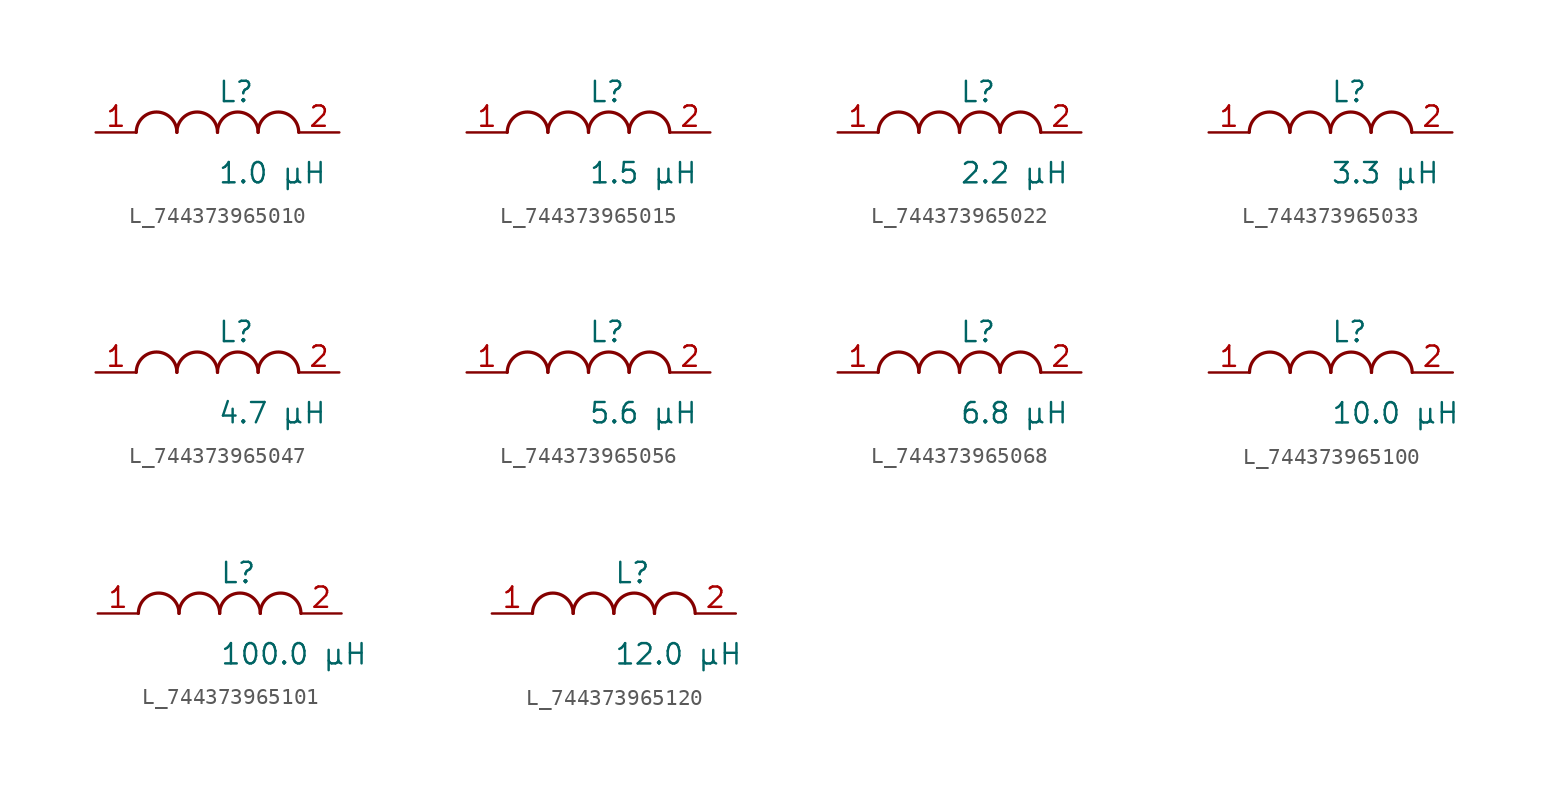
<source format=kicad_sym>
(kicad_symbol_lib
  (version 20231120)
  (generator kicad_symbol_editor)
  (generator_version 8.0)
  (symbol "L_744373965010"
    (pin_names
      (offset 0.254))
    (property "Reference" "L"
      (at 0 2.54 0)
      (effects (font (size 1.27 1.27)) (justify left)))
    (property "Value" "1.0 µH"
      (at 0 -2.54 0)
      (effects (font (size 1.27 1.27)) (justify left)))
    (symbol "L_744373965010_1_1"
      (arc (start -2.54 0.0056) (mid -3.81 1.27) (end -5.08 0.0056) (stroke (width 0.2032) (type default)) (fill (type none)))
      (arc (start 0 0.0056) (mid -1.27 1.27) (end -2.54 0.0056) (stroke (width 0.2032) (type default)) (fill (type none)))
      (arc (start 2.54 0.0056) (mid 1.27 1.27) (end 0 0.0056) (stroke (width 0.2032) (type default)) (fill (type none)))
      (arc (start 5.08 0.0056) (mid 3.81 1.27) (end 2.54 0.0056) (stroke (width 0.2032) (type default)) (fill (type none)))
      (pin unspecified line (at -7.62 0 0) (length 2.54) (name "" (effects (font (size 1.27 1.27)))) (number "1" (effects (font (size 1.27 1.27)))))
      (pin unspecified line (at 7.62 0 180) (length 2.54) (name "" (effects (font (size 1.27 1.27)))) (number "2" (effects (font (size 1.27 1.27)))))))
  (symbol "L_744373965015"
    (pin_names
      (offset 0.254))
    (property "Reference" "L"
      (at 0 2.54 0)
      (effects (font (size 1.27 1.27)) (justify left)))
    (property "Value" "1.5 µH"
      (at 0 -2.54 0)
      (effects (font (size 1.27 1.27)) (justify left)))
    (symbol "L_744373965015_1_1"
      (arc (start -2.54 0.0056) (mid -3.81 1.27) (end -5.08 0.0056) (stroke (width 0.2032) (type default)) (fill (type none)))
      (arc (start 0 0.0056) (mid -1.27 1.27) (end -2.54 0.0056) (stroke (width 0.2032) (type default)) (fill (type none)))
      (arc (start 2.54 0.0056) (mid 1.27 1.27) (end 0 0.0056) (stroke (width 0.2032) (type default)) (fill (type none)))
      (arc (start 5.08 0.0056) (mid 3.81 1.27) (end 2.54 0.0056) (stroke (width 0.2032) (type default)) (fill (type none)))
      (pin unspecified line (at -7.62 0 0) (length 2.54) (name "" (effects (font (size 1.27 1.27)))) (number "1" (effects (font (size 1.27 1.27)))))
      (pin unspecified line (at 7.62 0 180) (length 2.54) (name "" (effects (font (size 1.27 1.27)))) (number "2" (effects (font (size 1.27 1.27)))))))
  (symbol "L_744373965022"
    (pin_names
      (offset 0.254))
    (property "Reference" "L"
      (at 0 2.54 0)
      (effects (font (size 1.27 1.27)) (justify left)))
    (property "Value" "2.2 µH"
      (at 0 -2.54 0)
      (effects (font (size 1.27 1.27)) (justify left)))
    (symbol "L_744373965022_1_1"
      (arc (start -2.54 0.0056) (mid -3.81 1.27) (end -5.08 0.0056) (stroke (width 0.2032) (type default)) (fill (type none)))
      (arc (start 0 0.0056) (mid -1.27 1.27) (end -2.54 0.0056) (stroke (width 0.2032) (type default)) (fill (type none)))
      (arc (start 2.54 0.0056) (mid 1.27 1.27) (end 0 0.0056) (stroke (width 0.2032) (type default)) (fill (type none)))
      (arc (start 5.08 0.0056) (mid 3.81 1.27) (end 2.54 0.0056) (stroke (width 0.2032) (type default)) (fill (type none)))
      (pin unspecified line (at -7.62 0 0) (length 2.54) (name "" (effects (font (size 1.27 1.27)))) (number "1" (effects (font (size 1.27 1.27)))))
      (pin unspecified line (at 7.62 0 180) (length 2.54) (name "" (effects (font (size 1.27 1.27)))) (number "2" (effects (font (size 1.27 1.27)))))))
  (symbol "L_744373965033"
    (pin_names
      (offset 0.254))
    (property "Reference" "L"
      (at 0 2.54 0)
      (effects (font (size 1.27 1.27)) (justify left)))
    (property "Value" "3.3 µH"
      (at 0 -2.54 0)
      (effects (font (size 1.27 1.27)) (justify left)))
    (symbol "L_744373965033_1_1"
      (arc (start -2.54 0.0056) (mid -3.81 1.27) (end -5.08 0.0056) (stroke (width 0.2032) (type default)) (fill (type none)))
      (arc (start 0 0.0056) (mid -1.27 1.27) (end -2.54 0.0056) (stroke (width 0.2032) (type default)) (fill (type none)))
      (arc (start 2.54 0.0056) (mid 1.27 1.27) (end 0 0.0056) (stroke (width 0.2032) (type default)) (fill (type none)))
      (arc (start 5.08 0.0056) (mid 3.81 1.27) (end 2.54 0.0056) (stroke (width 0.2032) (type default)) (fill (type none)))
      (pin unspecified line (at -7.62 0 0) (length 2.54) (name "" (effects (font (size 1.27 1.27)))) (number "1" (effects (font (size 1.27 1.27)))))
      (pin unspecified line (at 7.62 0 180) (length 2.54) (name "" (effects (font (size 1.27 1.27)))) (number "2" (effects (font (size 1.27 1.27)))))))
  (symbol "L_744373965047"
    (pin_names
      (offset 0.254))
    (property "Reference" "L"
      (at 0 2.54 0)
      (effects (font (size 1.27 1.27)) (justify left)))
    (property "Value" "4.7 µH"
      (at 0 -2.54 0)
      (effects (font (size 1.27 1.27)) (justify left)))
    (symbol "L_744373965047_1_1"
      (arc (start -2.54 0.0056) (mid -3.81 1.27) (end -5.08 0.0056) (stroke (width 0.2032) (type default)) (fill (type none)))
      (arc (start 0 0.0056) (mid -1.27 1.27) (end -2.54 0.0056) (stroke (width 0.2032) (type default)) (fill (type none)))
      (arc (start 2.54 0.0056) (mid 1.27 1.27) (end 0 0.0056) (stroke (width 0.2032) (type default)) (fill (type none)))
      (arc (start 5.08 0.0056) (mid 3.81 1.27) (end 2.54 0.0056) (stroke (width 0.2032) (type default)) (fill (type none)))
      (pin unspecified line (at -7.62 0 0) (length 2.54) (name "" (effects (font (size 1.27 1.27)))) (number "1" (effects (font (size 1.27 1.27)))))
      (pin unspecified line (at 7.62 0 180) (length 2.54) (name "" (effects (font (size 1.27 1.27)))) (number "2" (effects (font (size 1.27 1.27)))))))
  (symbol "L_744373965056"
    (pin_names
      (offset 0.254))
    (property "Reference" "L"
      (at 0 2.54 0)
      (effects (font (size 1.27 1.27)) (justify left)))
    (property "Value" "5.6 µH"
      (at 0 -2.54 0)
      (effects (font (size 1.27 1.27)) (justify left)))
    (symbol "L_744373965056_1_1"
      (arc (start -2.54 0.0056) (mid -3.81 1.27) (end -5.08 0.0056) (stroke (width 0.2032) (type default)) (fill (type none)))
      (arc (start 0 0.0056) (mid -1.27 1.27) (end -2.54 0.0056) (stroke (width 0.2032) (type default)) (fill (type none)))
      (arc (start 2.54 0.0056) (mid 1.27 1.27) (end 0 0.0056) (stroke (width 0.2032) (type default)) (fill (type none)))
      (arc (start 5.08 0.0056) (mid 3.81 1.27) (end 2.54 0.0056) (stroke (width 0.2032) (type default)) (fill (type none)))
      (pin unspecified line (at -7.62 0 0) (length 2.54) (name "" (effects (font (size 1.27 1.27)))) (number "1" (effects (font (size 1.27 1.27)))))
      (pin unspecified line (at 7.62 0 180) (length 2.54) (name "" (effects (font (size 1.27 1.27)))) (number "2" (effects (font (size 1.27 1.27)))))))
  (symbol "L_744373965068"
    (pin_names
      (offset 0.254))
    (property "Reference" "L"
      (at 0 2.54 0)
      (effects (font (size 1.27 1.27)) (justify left)))
    (property "Value" "6.8 µH"
      (at 0 -2.54 0)
      (effects (font (size 1.27 1.27)) (justify left)))
    (symbol "L_744373965068_1_1"
      (arc (start -2.54 0.0056) (mid -3.81 1.27) (end -5.08 0.0056) (stroke (width 0.2032) (type default)) (fill (type none)))
      (arc (start 0 0.0056) (mid -1.27 1.27) (end -2.54 0.0056) (stroke (width 0.2032) (type default)) (fill (type none)))
      (arc (start 2.54 0.0056) (mid 1.27 1.27) (end 0 0.0056) (stroke (width 0.2032) (type default)) (fill (type none)))
      (arc (start 5.08 0.0056) (mid 3.81 1.27) (end 2.54 0.0056) (stroke (width 0.2032) (type default)) (fill (type none)))
      (pin unspecified line (at -7.62 0 0) (length 2.54) (name "" (effects (font (size 1.27 1.27)))) (number "1" (effects (font (size 1.27 1.27)))))
      (pin unspecified line (at 7.62 0 180) (length 2.54) (name "" (effects (font (size 1.27 1.27)))) (number "2" (effects (font (size 1.27 1.27)))))))
  (symbol "L_744373965100"
    (pin_names
      (offset 0.254))
    (property "Reference" "L"
      (at 0 2.54 0)
      (effects (font (size 1.27 1.27)) (justify left)))
    (property "Value" "10.0 µH"
      (at 0 -2.54 0)
      (effects (font (size 1.27 1.27)) (justify left)))
    (symbol "L_744373965100_1_1"
      (arc (start -2.54 0.0056) (mid -3.81 1.27) (end -5.08 0.0056) (stroke (width 0.2032) (type default)) (fill (type none)))
      (arc (start 0 0.0056) (mid -1.27 1.27) (end -2.54 0.0056) (stroke (width 0.2032) (type default)) (fill (type none)))
      (arc (start 2.54 0.0056) (mid 1.27 1.27) (end 0 0.0056) (stroke (width 0.2032) (type default)) (fill (type none)))
      (arc (start 5.08 0.0056) (mid 3.81 1.27) (end 2.54 0.0056) (stroke (width 0.2032) (type default)) (fill (type none)))
      (pin unspecified line (at -7.62 0 0) (length 2.54) (name "" (effects (font (size 1.27 1.27)))) (number "1" (effects (font (size 1.27 1.27)))))
      (pin unspecified line (at 7.62 0 180) (length 2.54) (name "" (effects (font (size 1.27 1.27)))) (number "2" (effects (font (size 1.27 1.27)))))))
  (symbol "L_744373965101"
    (pin_names
      (offset 0.254))
    (property "Reference" "L"
      (at 0 2.54 0)
      (effects (font (size 1.27 1.27)) (justify left)))
    (property "Value" "100.0 µH"
      (at 0 -2.54 0)
      (effects (font (size 1.27 1.27)) (justify left)))
    (symbol "L_744373965101_1_1"
      (arc (start -2.54 0.0056) (mid -3.81 1.27) (end -5.08 0.0056) (stroke (width 0.2032) (type default)) (fill (type none)))
      (arc (start 0 0.0056) (mid -1.27 1.27) (end -2.54 0.0056) (stroke (width 0.2032) (type default)) (fill (type none)))
      (arc (start 2.54 0.0056) (mid 1.27 1.27) (end 0 0.0056) (stroke (width 0.2032) (type default)) (fill (type none)))
      (arc (start 5.08 0.0056) (mid 3.81 1.27) (end 2.54 0.0056) (stroke (width 0.2032) (type default)) (fill (type none)))
      (pin unspecified line (at -7.62 0 0) (length 2.54) (name "" (effects (font (size 1.27 1.27)))) (number "1" (effects (font (size 1.27 1.27)))))
      (pin unspecified line (at 7.62 0 180) (length 2.54) (name "" (effects (font (size 1.27 1.27)))) (number "2" (effects (font (size 1.27 1.27)))))))
  (symbol "L_744373965120"
    (pin_names
      (offset 0.254))
    (property "Reference" "L"
      (at 0 2.54 0)
      (effects (font (size 1.27 1.27)) (justify left)))
    (property "Value" "12.0 µH"
      (at 0 -2.54 0)
      (effects (font (size 1.27 1.27)) (justify left)))
    (symbol "L_744373965120_1_1"
      (arc (start -2.54 0.0056) (mid -3.81 1.27) (end -5.08 0.0056) (stroke (width 0.2032) (type default)) (fill (type none)))
      (arc (start 0 0.0056) (mid -1.27 1.27) (end -2.54 0.0056) (stroke (width 0.2032) (type default)) (fill (type none)))
      (arc (start 2.54 0.0056) (mid 1.27 1.27) (end 0 0.0056) (stroke (width 0.2032) (type default)) (fill (type none)))
      (arc (start 5.08 0.0056) (mid 3.81 1.27) (end 2.54 0.0056) (stroke (width 0.2032) (type default)) (fill (type none)))
      (pin unspecified line (at -7.62 0 0) (length 2.54) (name "" (effects (font (size 1.27 1.27)))) (number "1" (effects (font (size 1.27 1.27)))))
      (pin unspecified line (at 7.62 0 180) (length 2.54) (name "" (effects (font (size 1.27 1.27)))) (number "2" (effects (font (size 1.27 1.27))))))))
</source>
